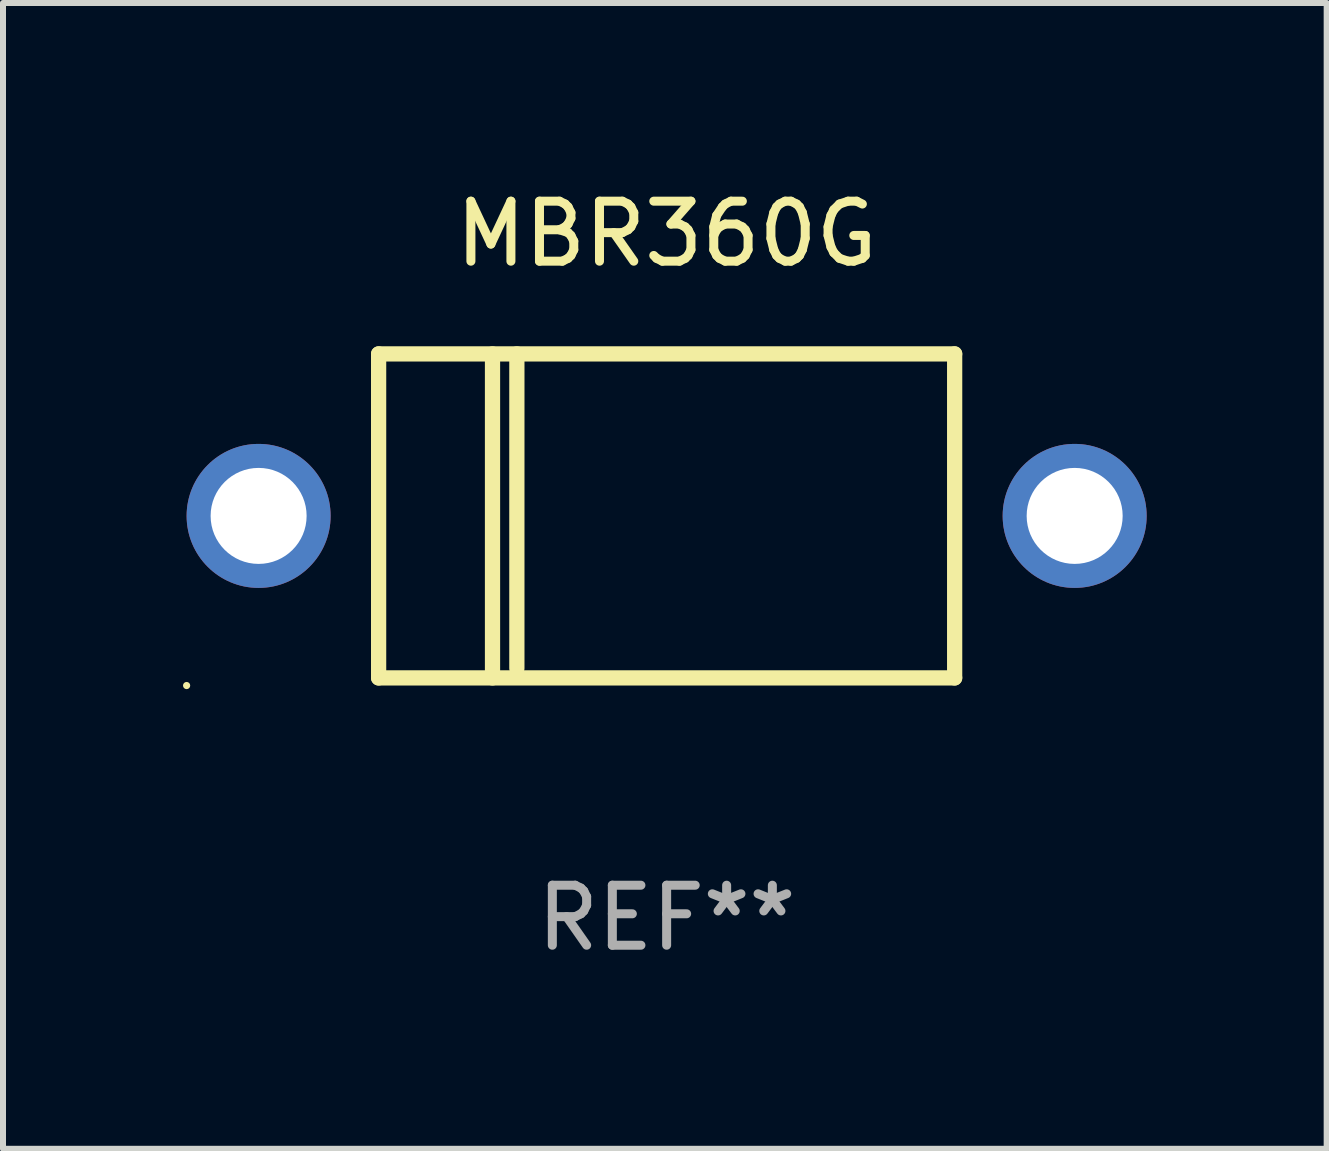
<source format=kicad_pcb>
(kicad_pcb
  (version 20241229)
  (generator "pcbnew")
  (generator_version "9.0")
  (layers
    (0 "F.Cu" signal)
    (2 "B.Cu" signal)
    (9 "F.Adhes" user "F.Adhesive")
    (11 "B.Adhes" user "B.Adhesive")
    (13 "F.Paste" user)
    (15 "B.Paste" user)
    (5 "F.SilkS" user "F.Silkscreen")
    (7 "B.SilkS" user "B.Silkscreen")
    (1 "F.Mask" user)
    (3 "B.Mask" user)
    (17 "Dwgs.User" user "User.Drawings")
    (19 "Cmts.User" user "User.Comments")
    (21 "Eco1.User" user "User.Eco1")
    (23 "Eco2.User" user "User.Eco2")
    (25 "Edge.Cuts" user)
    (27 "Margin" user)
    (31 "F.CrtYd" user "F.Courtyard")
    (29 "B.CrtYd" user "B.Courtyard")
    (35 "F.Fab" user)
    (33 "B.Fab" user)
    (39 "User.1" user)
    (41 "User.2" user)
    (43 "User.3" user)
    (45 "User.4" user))
  (footprint "MBR360G"
    (layer "F.Cu")
    (at 8.06 5.548)
    (property "Reference" "MBR360G" (at 0 -4.7 0) (layer "F.SilkS") (effects (font (size 1 1) (thickness 0.15))))
    (attr through_hole)
    (fp_line (start -4.8 -2.7) (end -4.8 2.7) (stroke (width 0.254) (type solid)) (layer "F.SilkS"))
    (fp_line (start -4.8 -2.7) (end 4.8 -2.7) (stroke (width 0.254) (type solid)) (layer "F.SilkS"))
    (fp_line (start -2.902 -2.7) (end -2.902 2.7) (stroke (width 0.254) (type solid)) (layer "F.SilkS"))
    (fp_line (start -2.496 -2.7) (end -2.496 2.54) (stroke (width 0.254) (type solid)) (layer "F.SilkS"))
    (fp_line (start 4.8 -2.7) (end 4.8 2.7) (stroke (width 0.254) (type solid)) (layer "F.SilkS"))
    (fp_line (start 4.8 2.7) (end -4.8 2.7) (stroke (width 0.254) (type solid)) (layer "F.SilkS"))
    (fp_circle (center -8 2.827) (end -7.97 2.827) (stroke (width 0.06) (type solid)) (fill no) (layer "F.SilkS"))
    (fp_text user "REF**" (at 0 6.7 0) (layer "F.Fab") (effects (font (size 1 1) (thickness 0.15))))
    (pad "1" thru_hole circle (at -6.8 0) (size 2.4 2.4) (drill 1.6) (layers "*.Cu" "*.Mask"))
    (pad "2" thru_hole circle (at 6.8 0) (size 2.4 2.4) (drill 1.6) (layers "*.Cu" "*.Mask")))
  (gr_rect
    (start -3 -3)
    (end 19.06 16.096)
    (stroke (width 0.1) (type default))
    (fill no)
    (layer "Edge.Cuts")))
</source>
